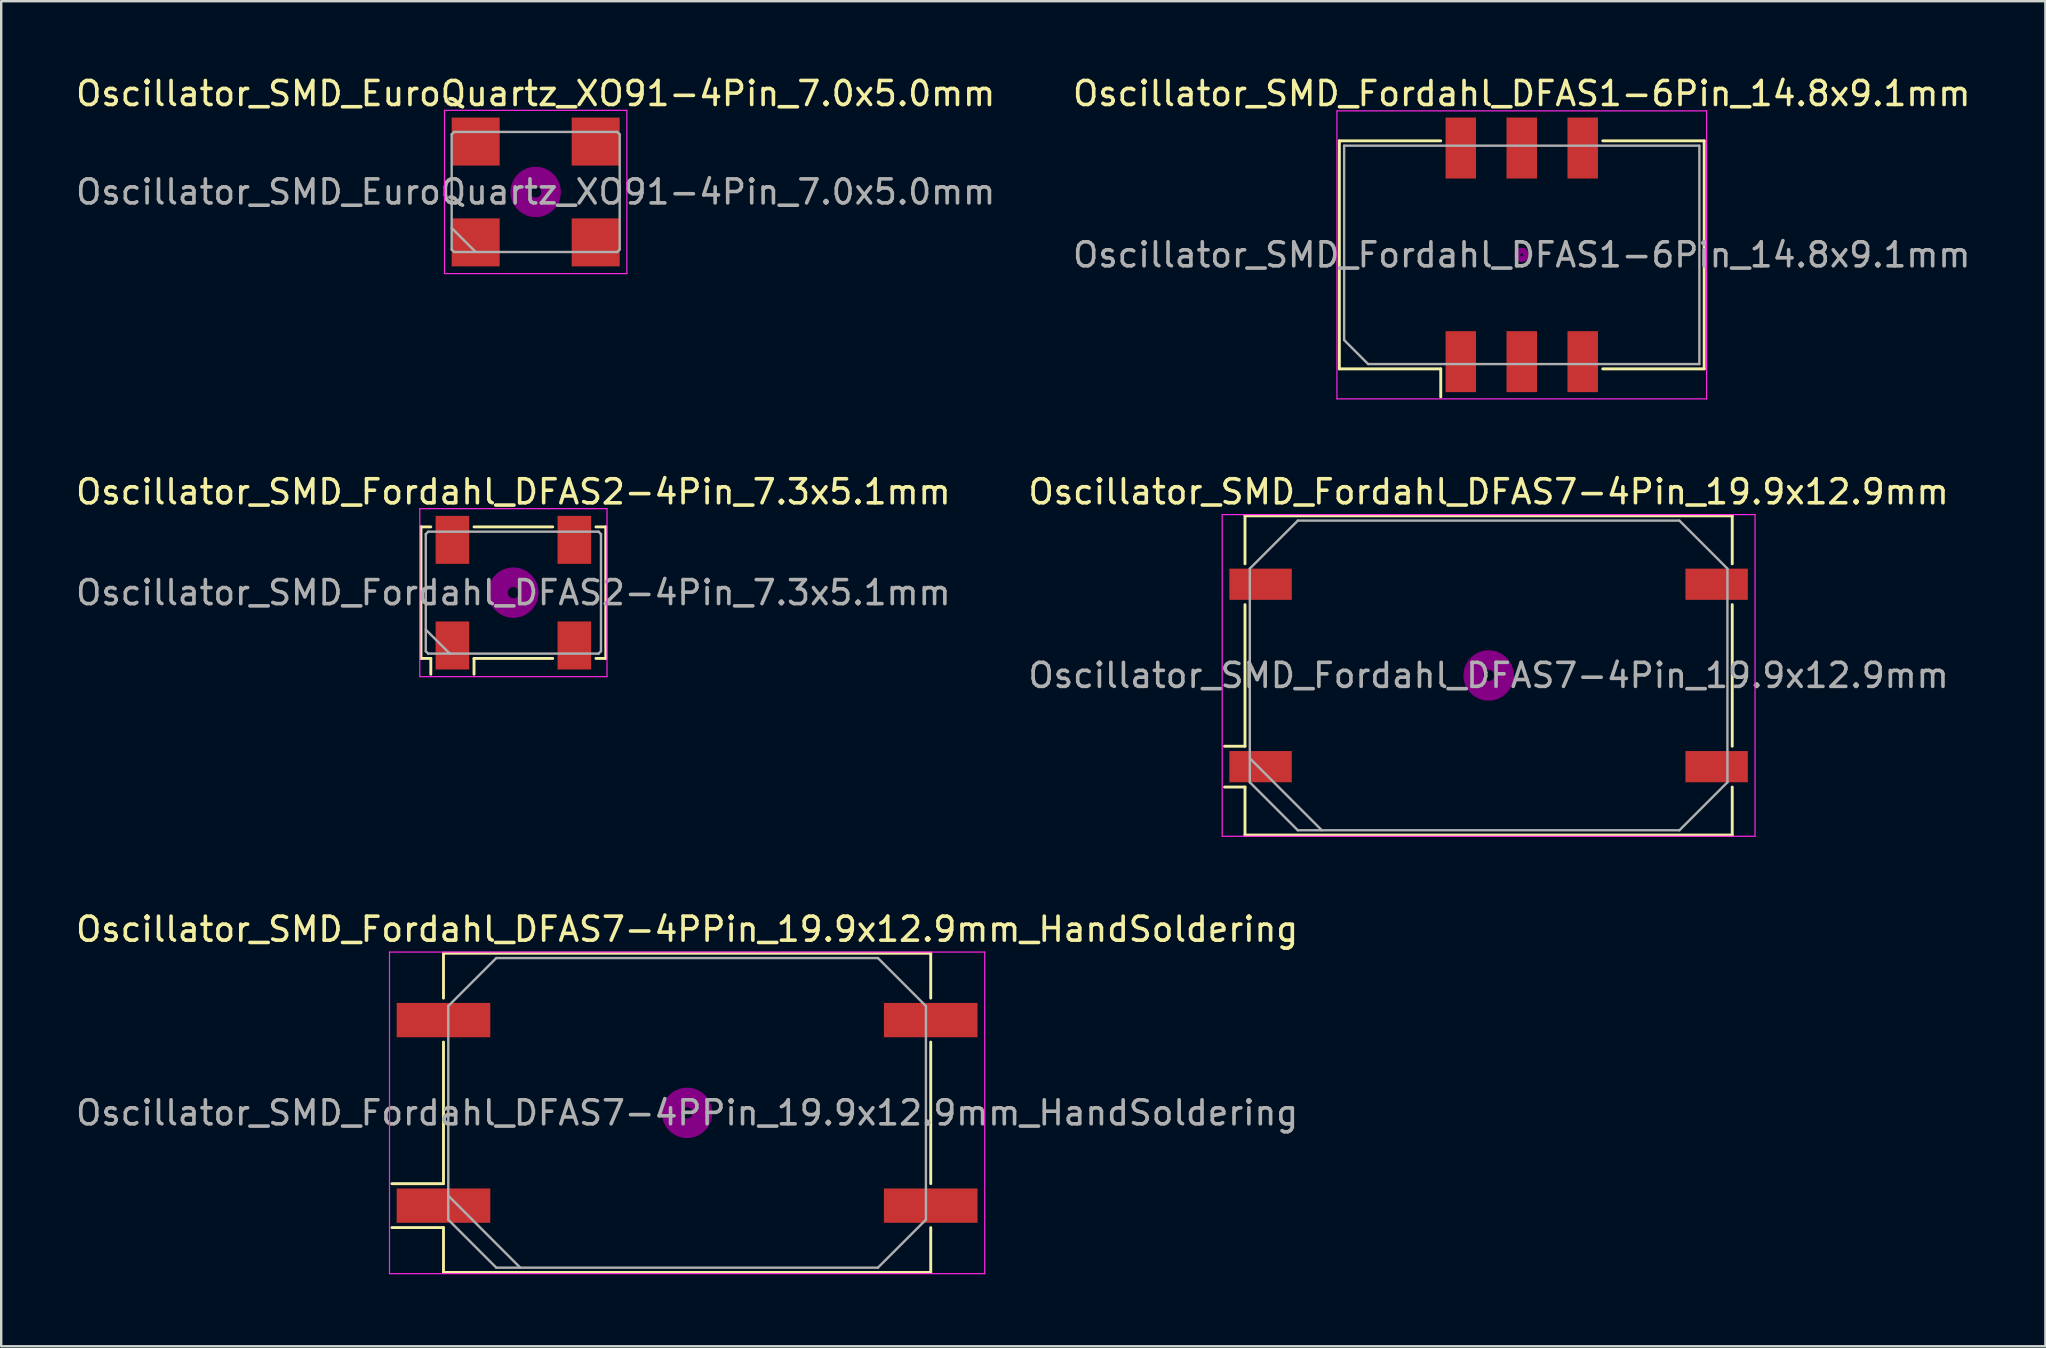
<source format=kicad_pcb>
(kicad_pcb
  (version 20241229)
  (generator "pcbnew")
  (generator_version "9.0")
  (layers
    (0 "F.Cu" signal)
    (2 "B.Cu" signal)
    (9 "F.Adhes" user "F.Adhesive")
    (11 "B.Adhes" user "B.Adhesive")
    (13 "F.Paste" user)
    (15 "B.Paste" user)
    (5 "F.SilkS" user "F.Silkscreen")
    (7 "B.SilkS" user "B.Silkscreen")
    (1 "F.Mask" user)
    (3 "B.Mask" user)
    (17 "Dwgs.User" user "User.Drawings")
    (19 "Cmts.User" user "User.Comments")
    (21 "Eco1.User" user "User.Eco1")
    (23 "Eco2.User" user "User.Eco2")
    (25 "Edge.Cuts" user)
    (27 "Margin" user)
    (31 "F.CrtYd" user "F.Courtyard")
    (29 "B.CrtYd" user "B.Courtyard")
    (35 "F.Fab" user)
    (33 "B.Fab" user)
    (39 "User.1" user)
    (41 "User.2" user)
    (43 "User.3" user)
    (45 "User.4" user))
  (footprint "Oscillator_SMD_Fordahl_DFAS2-4Pin_7.3x5.1mm"
    (layer "F.Cu")
    (at 18.339 21.642)
    (property "Reference" "Oscillator_SMD_Fordahl_DFAS2-4Pin_7.3x5.1mm" (at 0 -4.2 0) (layer "F.SilkS") (effects (font (size 1 1) (thickness 0.15))))
    (attr smd)
    (fp_line (start -3.85 -2.74) (end -3.44 -2.74) (stroke (width 0.12) (type solid)) (layer "F.SilkS"))
    (fp_line (start -3.85 2.74) (end -3.85 -2.74) (stroke (width 0.12) (type solid)) (layer "F.SilkS"))
    (fp_line (start -3.44 2.74) (end -3.85 2.74) (stroke (width 0.12) (type solid)) (layer "F.SilkS"))
    (fp_line (start -3.44 3.4) (end -3.44 2.74) (stroke (width 0.12) (type solid)) (layer "F.SilkS"))
    (fp_line (start -1.64 -2.74) (end 1.64 -2.74) (stroke (width 0.12) (type solid)) (layer "F.SilkS"))
    (fp_line (start -1.64 2.74) (end -1.64 3.4) (stroke (width 0.12) (type solid)) (layer "F.SilkS"))
    (fp_line (start 1.64 2.74) (end -1.64 2.74) (stroke (width 0.12) (type solid)) (layer "F.SilkS"))
    (fp_line (start 3.44 -2.74) (end 3.85 -2.74) (stroke (width 0.12) (type solid)) (layer "F.SilkS"))
    (fp_line (start 3.85 -2.74) (end 3.85 2.74) (stroke (width 0.12) (type solid)) (layer "F.SilkS"))
    (fp_line (start 3.85 2.74) (end 3.44 2.74) (stroke (width 0.12) (type solid)) (layer "F.SilkS"))
    (fp_circle (center 0 0) (end 0.233 0) (stroke (width 0.467) (type solid)) (fill no) (layer "F.Adhes"))
    (fp_circle (center 0 0) (end 0.533 0) (stroke (width 0.333) (type solid)) (fill no) (layer "F.Adhes"))
    (fp_circle (center 0 0) (end 0.833 0) (stroke (width 0.333) (type solid)) (fill no) (layer "F.Adhes"))
    (fp_circle (center 0 0) (end 1 0) (stroke (width 0.1) (type solid)) (fill no) (layer "F.Adhes"))
    (fp_line (start -3.9 -3.5) (end -3.9 3.5) (stroke (width 0.05) (type solid)) (layer "F.CrtYd"))
    (fp_line (start -3.9 3.5) (end 3.9 3.5) (stroke (width 0.05) (type solid)) (layer "F.CrtYd"))
    (fp_line (start 3.9 -3.5) (end -3.9 -3.5) (stroke (width 0.05) (type solid)) (layer "F.CrtYd"))
    (fp_line (start 3.9 3.5) (end 3.9 -3.5) (stroke (width 0.05) (type solid)) (layer "F.CrtYd"))
    (fp_line (start -3.65 -2.44) (end -3.55 -2.54) (stroke (width 0.1) (type solid)) (layer "F.Fab"))
    (fp_line (start -3.65 1.54) (end -2.65 2.54) (stroke (width 0.1) (type solid)) (layer "F.Fab"))
    (fp_line (start -3.65 2.44) (end -3.65 -2.44) (stroke (width 0.1) (type solid)) (layer "F.Fab"))
    (fp_line (start -3.55 -2.54) (end 3.55 -2.54) (stroke (width 0.1) (type solid)) (layer "F.Fab"))
    (fp_line (start -3.55 2.54) (end -3.65 2.44) (stroke (width 0.1) (type solid)) (layer "F.Fab"))
    (fp_line (start 3.55 -2.54) (end 3.65 -2.44) (stroke (width 0.1) (type solid)) (layer "F.Fab"))
    (fp_line (start 3.55 2.54) (end -3.55 2.54) (stroke (width 0.1) (type solid)) (layer "F.Fab"))
    (fp_line (start 3.65 -2.44) (end 3.65 2.44) (stroke (width 0.1) (type solid)) (layer "F.Fab"))
    (fp_line (start 3.65 2.44) (end 3.55 2.54) (stroke (width 0.1) (type solid)) (layer "F.Fab"))
    (fp_text user "${REFERENCE}" (at 0 0 0) (layer "F.Fab") (effects (font (size 1 1) (thickness 0.15))))
    (pad "1" smd rect (at -2.54 2.2) (size 1.4 2) (layers "F.Cu" "F.Mask" "F.Paste"))
    (pad "2" smd rect (at 2.54 2.2) (size 1.4 2) (layers "F.Cu" "F.Mask" "F.Paste"))
    (pad "3" smd rect (at 2.54 -2.2) (size 1.4 2) (layers "F.Cu" "F.Mask" "F.Paste"))
    (pad "4" smd rect (at -2.54 -2.2) (size 1.4 2) (layers "F.Cu" "F.Mask" "F.Paste")))
  (footprint "Oscillator_SMD_EuroQuartz_XO91-4Pin_7.0x5.0mm"
    (layer "F.Cu")
    (at 19.268 4.948)
    (property "Reference" "Oscillator_SMD_EuroQuartz_XO91-4Pin_7.0x5.0mm" (at 0 -4.1 0) (layer "F.SilkS") (effects (font (size 1 1) (thickness 0.15))))
    (attr smd)
    (fp_circle (center 0 0) (end 0.233 0) (stroke (width 0.467) (type solid)) (fill no) (layer "F.Adhes"))
    (fp_circle (center 0 0) (end 0.533 0) (stroke (width 0.333) (type solid)) (fill no) (layer "F.Adhes"))
    (fp_circle (center 0 0) (end 0.833 0) (stroke (width 0.333) (type solid)) (fill no) (layer "F.Adhes"))
    (fp_circle (center 0 0) (end 1 0) (stroke (width 0.1) (type solid)) (fill no) (layer "F.Adhes"))
    (fp_line (start -3.8 -3.4) (end -3.8 3.4) (stroke (width 0.05) (type solid)) (layer "F.CrtYd"))
    (fp_line (start -3.8 3.4) (end 3.8 3.4) (stroke (width 0.05) (type solid)) (layer "F.CrtYd"))
    (fp_line (start 3.8 -3.4) (end -3.8 -3.4) (stroke (width 0.05) (type solid)) (layer "F.CrtYd"))
    (fp_line (start 3.8 3.4) (end 3.8 -3.4) (stroke (width 0.05) (type solid)) (layer "F.CrtYd"))
    (fp_line (start -3.5 -2.4) (end -3.4 -2.5) (stroke (width 0.1) (type solid)) (layer "F.Fab"))
    (fp_line (start -3.5 1.5) (end -2.5 2.5) (stroke (width 0.1) (type solid)) (layer "F.Fab"))
    (fp_line (start -3.5 2.4) (end -3.5 -2.4) (stroke (width 0.1) (type solid)) (layer "F.Fab"))
    (fp_line (start -3.4 -2.5) (end 3.4 -2.5) (stroke (width 0.1) (type solid)) (layer "F.Fab"))
    (fp_line (start -3.4 2.5) (end -3.5 2.4) (stroke (width 0.1) (type solid)) (layer "F.Fab"))
    (fp_line (start 3.4 -2.5) (end 3.5 -2.4) (stroke (width 0.1) (type solid)) (layer "F.Fab"))
    (fp_line (start 3.4 2.5) (end -3.4 2.5) (stroke (width 0.1) (type solid)) (layer "F.Fab"))
    (fp_line (start 3.5 -2.4) (end 3.5 2.4) (stroke (width 0.1) (type solid)) (layer "F.Fab"))
    (fp_line (start 3.5 2.4) (end 3.4 2.5) (stroke (width 0.1) (type solid)) (layer "F.Fab"))
    (fp_text user "${REFERENCE}" (at 0 0 0) (layer "F.Fab") (effects (font (size 1 1) (thickness 0.15))))
    (pad "1" smd rect (at -2.5 2.1) (size 2 2) (layers "F.Cu" "F.Mask" "F.Paste"))
    (pad "2" smd rect (at 2.5 2.1) (size 2 2) (layers "F.Cu" "F.Mask" "F.Paste"))
    (pad "3" smd rect (at 2.5 -2.1) (size 2 2) (layers "F.Cu" "F.Mask" "F.Paste"))
    (pad "4" smd rect (at -2.5 -2.1) (size 2 2) (layers "F.Cu" "F.Mask" "F.Paste")))
  (footprint "Oscillator_SMD_Fordahl_DFAS7-4Pin_19.9x12.9mm"
    (layer "F.Cu")
    (at 58.97 25.091)
    (property "Reference" "Oscillator_SMD_Fordahl_DFAS7-4Pin_19.9x12.9mm" (at 0 -7.65 0) (layer "F.SilkS") (effects (font (size 1 1) (thickness 0.15))))
    (attr smd)
    (fp_line (start -11 2.95) (end -10.15 2.95) (stroke (width 0.12) (type solid)) (layer "F.SilkS"))
    (fp_line (start -11 4.65) (end -10.15 4.65) (stroke (width 0.12) (type solid)) (layer "F.SilkS"))
    (fp_line (start -10.15 -6.65) (end 10.15 -6.65) (stroke (width 0.12) (type solid)) (layer "F.SilkS"))
    (fp_line (start -10.15 -4.65) (end -10.15 -6.65) (stroke (width 0.12) (type solid)) (layer "F.SilkS"))
    (fp_line (start -10.15 2.95) (end -10.15 -2.95) (stroke (width 0.12) (type solid)) (layer "F.SilkS"))
    (fp_line (start -10.15 4.65) (end -10.15 6.65) (stroke (width 0.12) (type solid)) (layer "F.SilkS"))
    (fp_line (start -10.15 6.65) (end 10.15 6.65) (stroke (width 0.12) (type solid)) (layer "F.SilkS"))
    (fp_line (start 10.15 -6.65) (end 10.15 -4.65) (stroke (width 0.12) (type solid)) (layer "F.SilkS"))
    (fp_line (start 10.15 -2.95) (end 10.15 2.95) (stroke (width 0.12) (type solid)) (layer "F.SilkS"))
    (fp_line (start 10.15 6.65) (end 10.15 4.65) (stroke (width 0.12) (type solid)) (layer "F.SilkS"))
    (fp_circle (center 0 0) (end 0.233 0) (stroke (width 0.467) (type solid)) (fill no) (layer "F.Adhes"))
    (fp_circle (center 0 0) (end 0.533 0) (stroke (width 0.333) (type solid)) (fill no) (layer "F.Adhes"))
    (fp_circle (center 0 0) (end 0.833 0) (stroke (width 0.333) (type solid)) (fill no) (layer "F.Adhes"))
    (fp_circle (center 0 0) (end 1 0) (stroke (width 0.1) (type solid)) (fill no) (layer "F.Adhes"))
    (fp_line (start -11.1 -6.7) (end -11.1 6.7) (stroke (width 0.05) (type solid)) (layer "F.CrtYd"))
    (fp_line (start -11.1 6.7) (end 11.1 6.7) (stroke (width 0.05) (type solid)) (layer "F.CrtYd"))
    (fp_line (start 11.1 -6.7) (end -11.1 -6.7) (stroke (width 0.05) (type solid)) (layer "F.CrtYd"))
    (fp_line (start 11.1 6.7) (end 11.1 -6.7) (stroke (width 0.05) (type solid)) (layer "F.CrtYd"))
    (fp_line (start -9.95 -4.45) (end -7.95 -6.45) (stroke (width 0.1) (type solid)) (layer "F.Fab"))
    (fp_line (start -9.95 3.45) (end -6.95 6.45) (stroke (width 0.1) (type solid)) (layer "F.Fab"))
    (fp_line (start -9.95 4.45) (end -9.95 -4.45) (stroke (width 0.1) (type solid)) (layer "F.Fab"))
    (fp_line (start -7.95 -6.45) (end 7.95 -6.45) (stroke (width 0.1) (type solid)) (layer "F.Fab"))
    (fp_line (start -7.95 6.45) (end -9.95 4.45) (stroke (width 0.1) (type solid)) (layer "F.Fab"))
    (fp_line (start 7.95 -6.45) (end 9.95 -4.45) (stroke (width 0.1) (type solid)) (layer "F.Fab"))
    (fp_line (start 7.95 6.45) (end -7.95 6.45) (stroke (width 0.1) (type solid)) (layer "F.Fab"))
    (fp_line (start 9.95 -4.45) (end 9.95 4.45) (stroke (width 0.1) (type solid)) (layer "F.Fab"))
    (fp_line (start 9.95 4.45) (end 7.95 6.45) (stroke (width 0.1) (type solid)) (layer "F.Fab"))
    (fp_text user "${REFERENCE}" (at 0 0 0) (layer "F.Fab") (effects (font (size 1 1) (thickness 0.15))))
    (pad "1" smd rect (at -9.5 3.8) (size 2.6 1.3) (layers "F.Cu" "F.Mask" "F.Paste"))
    (pad "2" smd rect (at 9.5 3.8) (size 2.6 1.3) (layers "F.Cu" "F.Mask" "F.Paste"))
    (pad "3" smd rect (at 9.5 -3.8) (size 2.6 1.3) (layers "F.Cu" "F.Mask" "F.Paste"))
    (pad "4" smd rect (at -9.5 -3.8) (size 2.6 1.3) (layers "F.Cu" "F.Mask" "F.Paste")))
  (footprint "Oscillator_SMD_Fordahl_DFAS1-6Pin_14.8x9.1mm"
    (layer "F.Cu")
    (at 60.351 7.568)
    (property "Reference" "Oscillator_SMD_Fordahl_DFAS1-6Pin_14.8x9.1mm" (at 0 -6.72 0) (layer "F.SilkS") (effects (font (size 1 1) (thickness 0.15))))
    (attr smd)
    (fp_line (start -7.6 -4.75) (end -3.375 -4.75) (stroke (width 0.12) (type solid)) (layer "F.SilkS"))
    (fp_line (start -7.6 4.75) (end -7.6 -4.75) (stroke (width 0.12) (type solid)) (layer "F.SilkS"))
    (fp_line (start -3.375 4.75) (end -7.6 4.75) (stroke (width 0.12) (type solid)) (layer "F.SilkS"))
    (fp_line (start -3.375 5.92) (end -3.375 4.75) (stroke (width 0.12) (type solid)) (layer "F.SilkS"))
    (fp_line (start 3.375 -4.75) (end 7.6 -4.75) (stroke (width 0.12) (type solid)) (layer "F.SilkS"))
    (fp_line (start 7.6 -4.75) (end 7.6 4.75) (stroke (width 0.12) (type solid)) (layer "F.SilkS"))
    (fp_line (start 7.6 4.75) (end 3.375 4.75) (stroke (width 0.12) (type solid)) (layer "F.SilkS"))
    (fp_circle (center 0 0) (end 0.058 0) (stroke (width 0.117) (type solid)) (fill no) (layer "F.Adhes"))
    (fp_circle (center 0 0) (end 0.133 0) (stroke (width 0.083) (type solid)) (fill no) (layer "F.Adhes"))
    (fp_circle (center 0 0) (end 0.208 0) (stroke (width 0.083) (type solid)) (fill no) (layer "F.Adhes"))
    (fp_circle (center 0 0) (end 0.25 0) (stroke (width 0.1) (type solid)) (fill no) (layer "F.Adhes"))
    (fp_line (start -7.7 -6) (end -7.7 6) (stroke (width 0.05) (type solid)) (layer "F.CrtYd"))
    (fp_line (start -7.7 6) (end 7.7 6) (stroke (width 0.05) (type solid)) (layer "F.CrtYd"))
    (fp_line (start 7.7 -6) (end -7.7 -6) (stroke (width 0.05) (type solid)) (layer "F.CrtYd"))
    (fp_line (start 7.7 6) (end 7.7 -6) (stroke (width 0.05) (type solid)) (layer "F.CrtYd"))
    (fp_line (start -7.4 -4.55) (end 7.4 -4.55) (stroke (width 0.1) (type solid)) (layer "F.Fab"))
    (fp_line (start -7.4 3.55) (end -7.4 -4.55) (stroke (width 0.1) (type solid)) (layer "F.Fab"))
    (fp_line (start -6.4 4.55) (end -7.4 3.55) (stroke (width 0.1) (type solid)) (layer "F.Fab"))
    (fp_line (start 7.4 -4.55) (end 7.4 4.55) (stroke (width 0.1) (type solid)) (layer "F.Fab"))
    (fp_line (start 7.4 4.55) (end -6.4 4.55) (stroke (width 0.1) (type solid)) (layer "F.Fab"))
    (fp_text user "${REFERENCE}" (at 0 0 0) (layer "F.Fab") (effects (font (size 1 1) (thickness 0.15))))
    (pad "1" smd rect (at -2.54 4.45) (size 1.27 2.54) (layers "F.Cu" "F.Mask" "F.Paste"))
    (pad "2" smd rect (at 0 4.45) (size 1.27 2.54) (layers "F.Cu" "F.Mask" "F.Paste"))
    (pad "3" smd rect (at 2.54 4.45) (size 1.27 2.54) (layers "F.Cu" "F.Mask" "F.Paste"))
    (pad "4" smd rect (at 2.54 -4.45) (size 1.27 2.54) (layers "F.Cu" "F.Mask" "F.Paste"))
    (pad "5" smd rect (at 0 -4.45) (size 1.27 2.54) (layers "F.Cu" "F.Mask" "F.Paste"))
    (pad "6" smd rect (at -2.54 -4.45) (size 1.27 2.54) (layers "F.Cu" "F.Mask" "F.Paste")))
  (footprint "Oscillator_SMD_Fordahl_DFAS7-4PPin_19.9x12.9mm_HandSoldering"
    (layer "F.Cu")
    (at 25.577 43.315)
    (property "Reference" "Oscillator_SMD_Fordahl_DFAS7-4PPin_19.9x12.9mm_HandSoldering" (at 0 -7.65 0) (layer "F.SilkS") (effects (font (size 1 1) (thickness 0.15))))
    (attr smd)
    (fp_line (start -12.3 2.95) (end -10.15 2.95) (stroke (width 0.12) (type solid)) (layer "F.SilkS"))
    (fp_line (start -12.3 4.78) (end -10.15 4.78) (stroke (width 0.12) (type solid)) (layer "F.SilkS"))
    (fp_line (start -10.15 -6.65) (end 10.15 -6.65) (stroke (width 0.12) (type solid)) (layer "F.SilkS"))
    (fp_line (start -10.15 -4.78) (end -10.15 -6.65) (stroke (width 0.12) (type solid)) (layer "F.SilkS"))
    (fp_line (start -10.15 2.95) (end -10.15 -2.95) (stroke (width 0.12) (type solid)) (layer "F.SilkS"))
    (fp_line (start -10.15 4.78) (end -10.15 6.65) (stroke (width 0.12) (type solid)) (layer "F.SilkS"))
    (fp_line (start -10.15 6.65) (end 10.15 6.65) (stroke (width 0.12) (type solid)) (layer "F.SilkS"))
    (fp_line (start 10.15 -6.65) (end 10.15 -4.78) (stroke (width 0.12) (type solid)) (layer "F.SilkS"))
    (fp_line (start 10.15 -2.95) (end 10.15 2.95) (stroke (width 0.12) (type solid)) (layer "F.SilkS"))
    (fp_line (start 10.15 6.65) (end 10.15 4.78) (stroke (width 0.12) (type solid)) (layer "F.SilkS"))
    (fp_circle (center 0 0) (end 0.233 0) (stroke (width 0.467) (type solid)) (fill no) (layer "F.Adhes"))
    (fp_circle (center 0 0) (end 0.533 0) (stroke (width 0.333) (type solid)) (fill no) (layer "F.Adhes"))
    (fp_circle (center 0 0) (end 0.833 0) (stroke (width 0.333) (type solid)) (fill no) (layer "F.Adhes"))
    (fp_circle (center 0 0) (end 1 0) (stroke (width 0.1) (type solid)) (fill no) (layer "F.Adhes"))
    (fp_line (start -12.4 -6.7) (end -12.4 6.7) (stroke (width 0.05) (type solid)) (layer "F.CrtYd"))
    (fp_line (start -12.4 6.7) (end 12.4 6.7) (stroke (width 0.05) (type solid)) (layer "F.CrtYd"))
    (fp_line (start 12.4 -6.7) (end -12.4 -6.7) (stroke (width 0.05) (type solid)) (layer "F.CrtYd"))
    (fp_line (start 12.4 6.7) (end 12.4 -6.7) (stroke (width 0.05) (type solid)) (layer "F.CrtYd"))
    (fp_line (start -9.95 -4.45) (end -7.95 -6.45) (stroke (width 0.1) (type solid)) (layer "F.Fab"))
    (fp_line (start -9.95 3.45) (end -6.95 6.45) (stroke (width 0.1) (type solid)) (layer "F.Fab"))
    (fp_line (start -9.95 4.45) (end -9.95 -4.45) (stroke (width 0.1) (type solid)) (layer "F.Fab"))
    (fp_line (start -7.95 -6.45) (end 7.95 -6.45) (stroke (width 0.1) (type solid)) (layer "F.Fab"))
    (fp_line (start -7.95 6.45) (end -9.95 4.45) (stroke (width 0.1) (type solid)) (layer "F.Fab"))
    (fp_line (start 7.95 -6.45) (end 9.95 -4.45) (stroke (width 0.1) (type solid)) (layer "F.Fab"))
    (fp_line (start 7.95 6.45) (end -7.95 6.45) (stroke (width 0.1) (type solid)) (layer "F.Fab"))
    (fp_line (start 9.95 -4.45) (end 9.95 4.45) (stroke (width 0.1) (type solid)) (layer "F.Fab"))
    (fp_line (start 9.95 4.45) (end 7.95 6.45) (stroke (width 0.1) (type solid)) (layer "F.Fab"))
    (fp_text user "${REFERENCE}" (at 0 0 0) (layer "F.Fab") (effects (font (size 1 1) (thickness 0.15))))
    (pad "1" smd rect (at -10.15 3.865) (size 3.9 1.43) (layers "F.Cu" "F.Mask" "F.Paste"))
    (pad "2" smd rect (at 10.15 3.865) (size 3.9 1.43) (layers "F.Cu" "F.Mask" "F.Paste"))
    (pad "3" smd rect (at 10.15 -3.865) (size 3.9 1.43) (layers "F.Cu" "F.Mask" "F.Paste"))
    (pad "4" smd rect (at -10.15 -3.865) (size 3.9 1.43) (layers "F.Cu" "F.Mask" "F.Paste")))
  (gr_rect
    (start -3 -3)
    (end 82.167 53.04)
    (stroke (width 0.1) (type default))
    (fill no)
    (layer "Edge.Cuts")))
</source>
